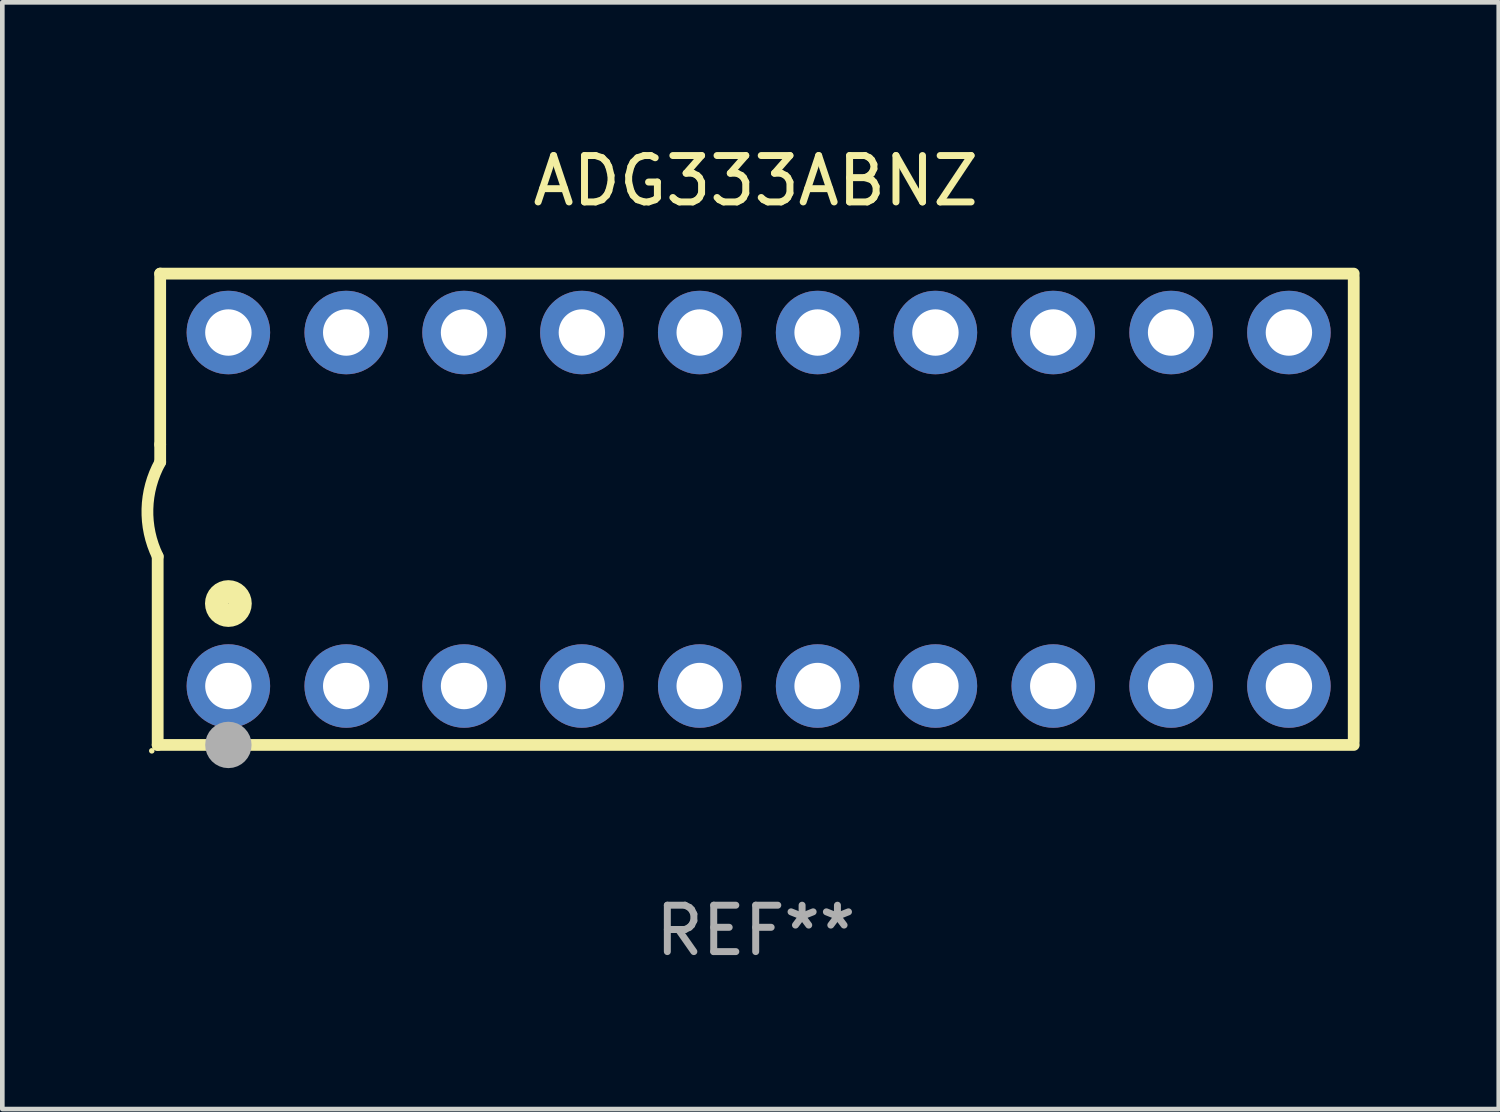
<source format=kicad_pcb>
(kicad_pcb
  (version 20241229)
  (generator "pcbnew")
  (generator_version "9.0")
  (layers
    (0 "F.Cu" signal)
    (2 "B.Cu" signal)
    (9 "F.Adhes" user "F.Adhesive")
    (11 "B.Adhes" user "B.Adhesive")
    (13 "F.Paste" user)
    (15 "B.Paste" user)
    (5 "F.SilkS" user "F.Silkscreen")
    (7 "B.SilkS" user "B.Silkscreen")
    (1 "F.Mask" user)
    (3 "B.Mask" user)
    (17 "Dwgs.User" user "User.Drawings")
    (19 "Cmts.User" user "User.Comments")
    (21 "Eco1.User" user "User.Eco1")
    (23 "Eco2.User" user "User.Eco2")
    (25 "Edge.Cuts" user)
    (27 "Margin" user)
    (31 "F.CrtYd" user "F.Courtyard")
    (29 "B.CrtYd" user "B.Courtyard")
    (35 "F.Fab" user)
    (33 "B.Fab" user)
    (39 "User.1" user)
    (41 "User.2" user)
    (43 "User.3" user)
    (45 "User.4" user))
  (footprint "ADG333ABNZ"
    (layer "F.Cu")
    (at 13.24 7.928)
    (property "Reference" "ADG333ABNZ" (at 0 -7.08 0) (layer "F.SilkS") (effects (font (size 1 1) (thickness 0.15))))
    (attr through_hole)
    (fp_line (start -12.891 5.08) (end -12.891 1.016) (stroke (width 0.254) (type solid)) (layer "F.SilkS"))
    (fp_line (start -12.891 5.08) (end 12.891 5.08) (stroke (width 0.254) (type solid)) (layer "F.SilkS"))
    (fp_line (start -12.837 -5.08) (end -12.837 -1.397) (stroke (width 0.254) (type solid)) (layer "F.SilkS"))
    (fp_line (start -12.837 -5.08) (end 12.891 -5.08) (stroke (width 0.254) (type solid)) (layer "F.SilkS"))
    (fp_line (start -12.837 -1.397) (end -12.837 -1.016) (stroke (width 0.254) (type solid)) (layer "F.SilkS"))
    (fp_line (start 12.891 -5) (end 12.891 5) (stroke (width 0.254) (type solid)) (layer "F.SilkS"))
    (fp_arc (start -12.890526 1.016002) (mid -13.111945 -0.006602) (end -12.836525 -1.016002) (stroke (width 0.254001) (type solid)) (layer "F.SilkS"))
    (fp_circle (center -13.018 5.207) (end -12.988 5.207) (stroke (width 0.06) (type solid)) (fill no) (layer "F.SilkS"))
    (fp_circle (center -11.367 2.032) (end -11.113 2.032) (stroke (width 0.5) (type solid)) (fill no) (layer "F.SilkS"))
    (fp_circle (center -11.367 5.08) (end -11.117 5.08) (stroke (width 0.5) (type solid)) (fill no) (layer "F.Fab"))
    (fp_text user "REF**" (at 0 9.08 0) (layer "F.Fab") (effects (font (size 1 1) (thickness 0.15))))
    (pad "1" thru_hole circle (at -11.367 3.81) (size 1.8 1.8) (drill 1) (layers "*.Cu" "*.Mask"))
    (pad "2" thru_hole circle (at -8.827 3.81) (size 1.8 1.8) (drill 1) (layers "*.Cu" "*.Mask"))
    (pad "3" thru_hole circle (at -6.287 3.81) (size 1.8 1.8) (drill 1) (layers "*.Cu" "*.Mask"))
    (pad "4" thru_hole circle (at -3.747 3.81) (size 1.8 1.8) (drill 1) (layers "*.Cu" "*.Mask"))
    (pad "5" thru_hole circle (at -1.207 3.81) (size 1.8 1.8) (drill 1) (layers "*.Cu" "*.Mask"))
    (pad "6" thru_hole circle (at 1.334 3.81) (size 1.8 1.8) (drill 1) (layers "*.Cu" "*.Mask"))
    (pad "7" thru_hole circle (at 3.874 3.81) (size 1.8 1.8) (drill 1) (layers "*.Cu" "*.Mask"))
    (pad "8" thru_hole circle (at 6.414 3.81) (size 1.8 1.8) (drill 1) (layers "*.Cu" "*.Mask"))
    (pad "9" thru_hole circle (at 8.954 3.81) (size 1.8 1.8) (drill 1) (layers "*.Cu" "*.Mask"))
    (pad "10" thru_hole circle (at 11.494 3.81) (size 1.8 1.8) (drill 1) (layers "*.Cu" "*.Mask"))
    (pad "11" thru_hole circle (at 11.494 -3.81) (size 1.8 1.8) (drill 1) (layers "*.Cu" "*.Mask"))
    (pad "12" thru_hole circle (at 8.954 -3.81) (size 1.8 1.8) (drill 1) (layers "*.Cu" "*.Mask"))
    (pad "13" thru_hole circle (at 6.414 -3.81) (size 1.8 1.8) (drill 1) (layers "*.Cu" "*.Mask"))
    (pad "14" thru_hole circle (at 3.874 -3.81) (size 1.8 1.8) (drill 1) (layers "*.Cu" "*.Mask"))
    (pad "15" thru_hole circle (at 1.334 -3.81) (size 1.8 1.8) (drill 1) (layers "*.Cu" "*.Mask"))
    (pad "16" thru_hole circle (at -1.207 -3.81) (size 1.8 1.8) (drill 1) (layers "*.Cu" "*.Mask"))
    (pad "17" thru_hole circle (at -3.747 -3.81) (size 1.8 1.8) (drill 1) (layers "*.Cu" "*.Mask"))
    (pad "18" thru_hole circle (at -6.287 -3.81) (size 1.8 1.8) (drill 1) (layers "*.Cu" "*.Mask"))
    (pad "19" thru_hole circle (at -8.827 -3.81) (size 1.8 1.8) (drill 1) (layers "*.Cu" "*.Mask"))
    (pad "20" thru_hole circle (at -11.367 -3.81) (size 1.8 1.8) (drill 1) (layers "*.Cu" "*.Mask")))
  (gr_rect
    (start -3 -3)
    (end 29.257 20.857)
    (stroke (width 0.1) (type default))
    (fill no)
    (layer "Edge.Cuts")))
</source>
